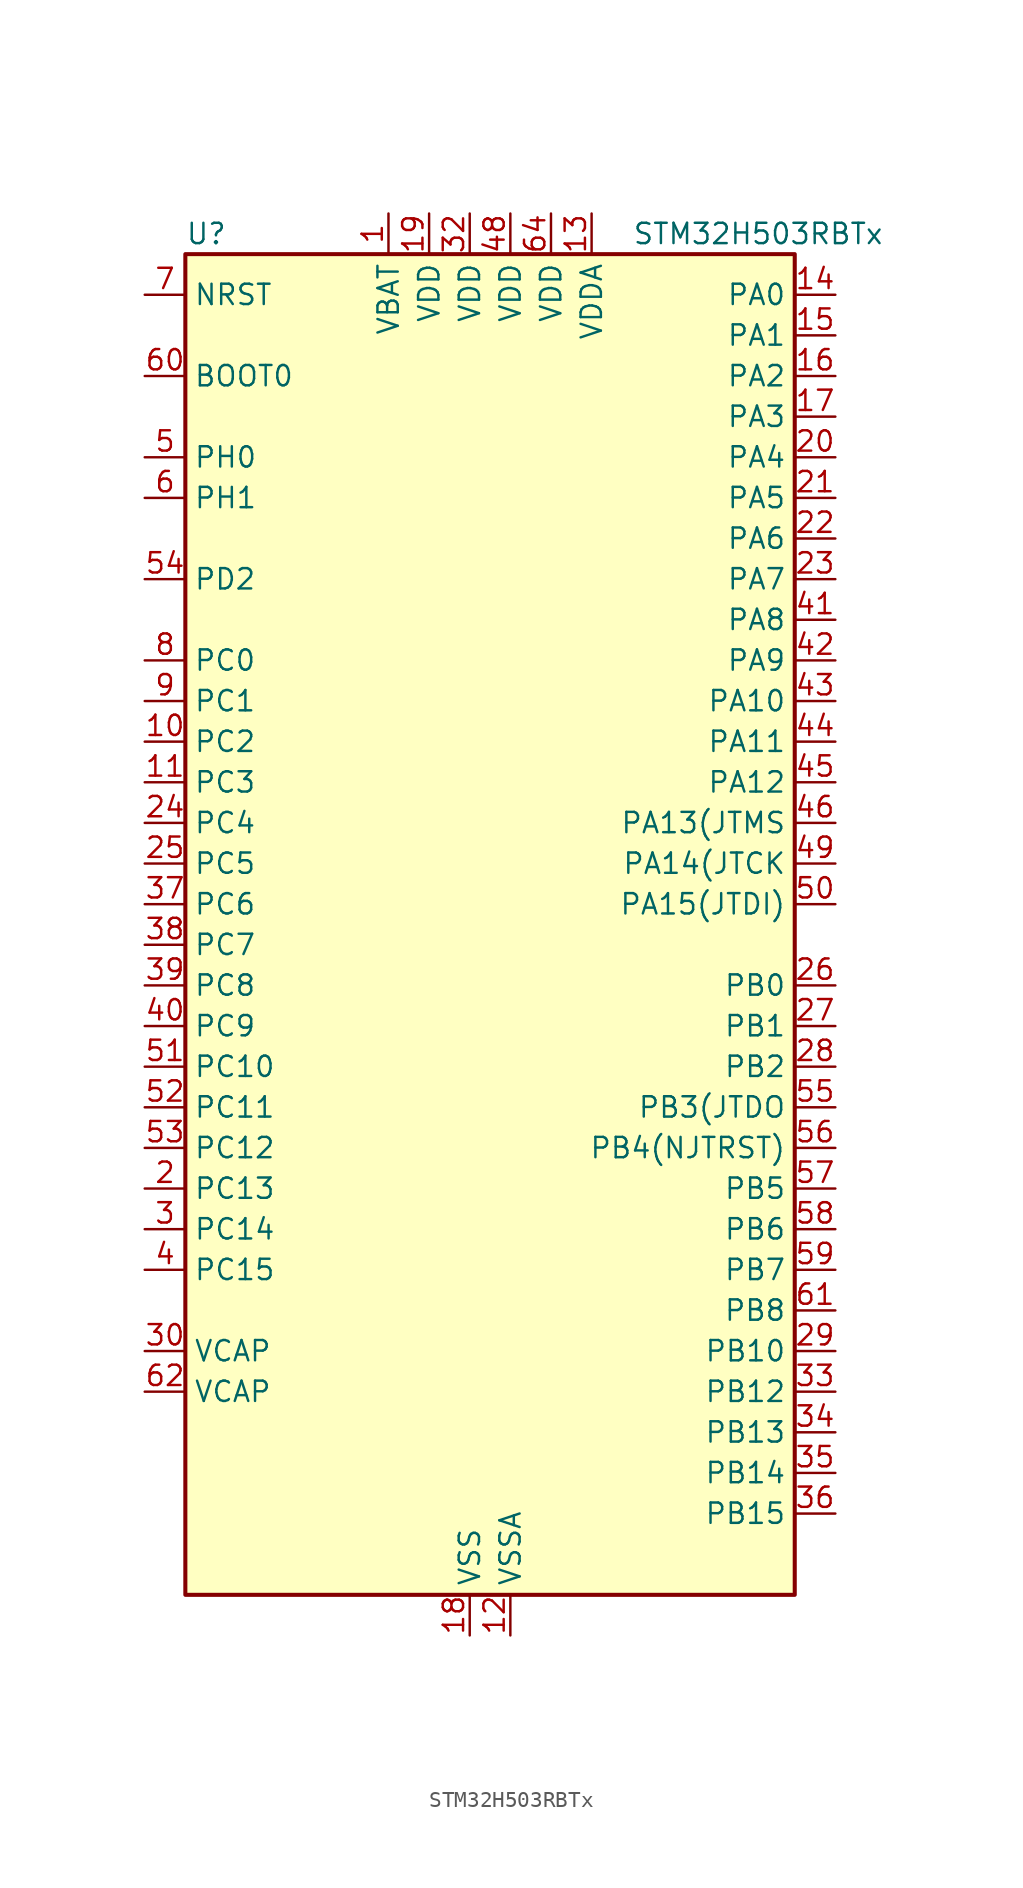
<source format=kicad_sym>
(kicad_symbol_lib
  (version 20231120)
  (generator "kicad_symbol_editor")
  (generator_version "8.0")
  (symbol "STM32H503RBTx"
    (property "Reference" "U"
      (at -17.78 44.45 0)
      (effects (font (size 1.27 1.27)) (justify left)))
    (property "Value" "STM32H503RBTx"
      (at 10.16 44.45 0)
      (effects (font (size 1.27 1.27)) (justify left)))
    (property "ki_locked" ""
      (at 0 0 0)
      (effects (font (size 1.27 1.27))))
    (symbol "STM32H503RBTx_0_1"
      (rectangle (start -17.78 -40.64) (end 20.32 43.18) (stroke (width 0.254) (type default)) (fill (type background))))
    (symbol "STM32H503RBTx_1_1"
      (pin power_in line (at -5.08 45.72 270) (length 2.54) (name "VBAT" (effects (font (size 1.27 1.27)))) (number "1" (effects (font (size 1.27 1.27)))))
      (pin bidirectional line (at -20.32 12.7 0) (length 2.54) (name "PC2" (effects (font (size 1.27 1.27)))) (number "10" (effects (font (size 1.27 1.27)))) (alternate "ADC1_INN11" bidirectional line) (alternate "ADC1_INP12" bidirectional line) (alternate "I2S1_SDI" bidirectional line) (alternate "I2S2_SDI" bidirectional line) (alternate "LPUART1_RTS" bidirectional line) (alternate "PWR_CSTOP" bidirectional line) (alternate "SPI1_MISO" bidirectional line) (alternate "SPI2_MISO" bidirectional line) (alternate "USART1_RTS" bidirectional line))
      (pin bidirectional line (at -20.32 10.16 0) (length 2.54) (name "PC3" (effects (font (size 1.27 1.27)))) (number "11" (effects (font (size 1.27 1.27)))) (alternate "ADC1_INN12" bidirectional line) (alternate "ADC1_INP13" bidirectional line) (alternate "I2S1_SDO" bidirectional line) (alternate "I2S2_SDO" bidirectional line) (alternate "LPTIM2_IN2" bidirectional line) (alternate "LPUART1_TX" bidirectional line) (alternate "PWR_CSLEEP" bidirectional line) (alternate "SPI1_MOSI" bidirectional line) (alternate "SPI2_MOSI" bidirectional line) (alternate "USART2_CTS" bidirectional line) (alternate "USART2_NSS" bidirectional line))
      (pin power_in line (at 2.54 -43.18 90) (length 2.54) (name "VSSA" (effects (font (size 1.27 1.27)))) (number "12" (effects (font (size 1.27 1.27)))))
      (pin power_in line (at 7.62 45.72 270) (length 2.54) (name "VDDA" (effects (font (size 1.27 1.27)))) (number "13" (effects (font (size 1.27 1.27)))))
      (pin bidirectional line (at 22.86 40.64 180) (length 2.54) (name "PA0" (effects (font (size 1.27 1.27)))) (number "14" (effects (font (size 1.27 1.27)))) (alternate "ADC1_INN1" bidirectional line) (alternate "ADC1_INP0" bidirectional line) (alternate "COMP1_INP" bidirectional line) (alternate "I2S1_SDI" bidirectional line) (alternate "I2S2_MCK" bidirectional line) (alternate "I2S3_WS" bidirectional line) (alternate "LPTIM1_ETR" bidirectional line) (alternate "LPTIM1_IN2" bidirectional line) (alternate "LPTIM2_ETR" bidirectional line) (alternate "OPAMP1_VINP" bidirectional line) (alternate "PWR_WKUP1" bidirectional line) (alternate "RTC_OUT2" bidirectional line) (alternate "SPI1_MISO" bidirectional line) (alternate "SPI3_NSS" bidirectional line) (alternate "SPI3_RDY" bidirectional line) (alternate "TAMP_IN2" bidirectional line) (alternate "TAMP_OUT1" bidirectional line) (alternate "TIM2_CH1" bidirectional line) (alternate "TIM2_ETR" bidirectional line) (alternate "TIM3_CH1" bidirectional line) (alternate "USART1_CTS" bidirectional line) (alternate "USART1_NSS" bidirectional line) (alternate "USART2_CTS" bidirectional line) (alternate "USART2_NSS" bidirectional line) (alternate "USART3_CK" bidirectional line) (alternate "USART3_CTS" bidirectional line) (alternate "USART3_NSS" bidirectional line))
      (pin bidirectional line (at 22.86 38.1 180) (length 2.54) (name "PA1" (effects (font (size 1.27 1.27)))) (number "15" (effects (font (size 1.27 1.27)))) (alternate "ADC1_INP1" bidirectional line) (alternate "I2S1_WS" bidirectional line) (alternate "I2S3_CK" bidirectional line) (alternate "LPTIM1_IN1" bidirectional line) (alternate "SPI1_NSS" bidirectional line) (alternate "SPI2_RDY" bidirectional line) (alternate "SPI3_SCK" bidirectional line) (alternate "TIM1_CH3" bidirectional line) (alternate "TIM2_CH2" bidirectional line) (alternate "USART1_RX" bidirectional line) (alternate "USART2_CK" bidirectional line) (alternate "USART2_RTS" bidirectional line))
      (pin bidirectional line (at 22.86 35.56 180) (length 2.54) (name "PA2" (effects (font (size 1.27 1.27)))) (number "16" (effects (font (size 1.27 1.27)))) (alternate "ADC1_INP14" bidirectional line) (alternate "I2S1_CK" bidirectional line) (alternate "I2S3_SDI" bidirectional line) (alternate "LPTIM1_IN2" bidirectional line) (alternate "LPUART1_RX" bidirectional line) (alternate "PWR_WKUP2" bidirectional line) (alternate "SPI1_SCK" bidirectional line) (alternate "SPI3_MISO" bidirectional line) (alternate "TIM1_CH4" bidirectional line) (alternate "TIM2_CH3" bidirectional line) (alternate "TIM3_ETR" bidirectional line) (alternate "USART1_TX" bidirectional line) (alternate "USART2_TX" bidirectional line))
      (pin bidirectional line (at 22.86 33.02 180) (length 2.54) (name "PA3" (effects (font (size 1.27 1.27)))) (number "17" (effects (font (size 1.27 1.27)))) (alternate "ADC1_INP15" bidirectional line) (alternate "I2S1_SDI" bidirectional line) (alternate "I2S2_WS" bidirectional line) (alternate "I2S3_SDO" bidirectional line) (alternate "LPUART1_TX" bidirectional line) (alternate "SPI1_MISO" bidirectional line) (alternate "SPI2_NSS" bidirectional line) (alternate "SPI3_MOSI" bidirectional line) (alternate "TIM1_CH1N" bidirectional line) (alternate "TIM2_CH4" bidirectional line) (alternate "USART1_CK" bidirectional line) (alternate "USART2_RX" bidirectional line) (alternate "USART3_RX" bidirectional line))
      (pin power_in line (at 0 -43.18 90) (length 2.54) (name "VSS" (effects (font (size 1.27 1.27)))) (number "18" (effects (font (size 1.27 1.27)))))
      (pin power_in line (at -2.54 45.72 270) (length 2.54) (name "VDD" (effects (font (size 1.27 1.27)))) (number "19" (effects (font (size 1.27 1.27)))))
      (pin bidirectional line (at -20.32 -15.24 0) (length 2.54) (name "PC13" (effects (font (size 1.27 1.27)))) (number "2" (effects (font (size 1.27 1.27)))) (alternate "PWR_WKUP4" bidirectional line) (alternate "RTC_OUT1" bidirectional line) (alternate "RTC_TS" bidirectional line) (alternate "TAMP_IN1" bidirectional line) (alternate "TAMP_OUT2" bidirectional line))
      (pin bidirectional line (at 22.86 30.48 180) (length 2.54) (name "PA4" (effects (font (size 1.27 1.27)))) (number "20" (effects (font (size 1.27 1.27)))) (alternate "ADC1_INP18" bidirectional line) (alternate "DAC1_OUT1" bidirectional line) (alternate "I2S1_SDO" bidirectional line) (alternate "I2S1_WS" bidirectional line) (alternate "I2S3_SDI" bidirectional line) (alternate "I2S3_WS" bidirectional line) (alternate "LPTIM2_CH1" bidirectional line) (alternate "SPI1_MOSI" bidirectional line) (alternate "SPI1_NSS" bidirectional line) (alternate "SPI3_MISO" bidirectional line) (alternate "SPI3_NSS" bidirectional line) (alternate "TIM1_BKIN" bidirectional line) (alternate "TIM1_CH2N" bidirectional line) (alternate "USART1_RTS" bidirectional line) (alternate "USART2_CK" bidirectional line) (alternate "USART3_TX" bidirectional line))
      (pin bidirectional line (at 22.86 27.94 180) (length 2.54) (name "PA5" (effects (font (size 1.27 1.27)))) (number "21" (effects (font (size 1.27 1.27)))) (alternate "ADC1_INN18" bidirectional line) (alternate "ADC1_INP19" bidirectional line) (alternate "COMP1_INM" bidirectional line) (alternate "DAC1_OUT2" bidirectional line) (alternate "I2S1_CK" bidirectional line) (alternate "I2S1_MCK" bidirectional line) (alternate "I2S2_CK" bidirectional line) (alternate "I2S3_SDO" bidirectional line) (alternate "LPTIM1_CH1" bidirectional line) (alternate "LPTIM1_ETR" bidirectional line) (alternate "LPTIM2_CH2" bidirectional line) (alternate "LPUART1_RTS" bidirectional line) (alternate "PWR_CSTOP" bidirectional line) (alternate "SPI1_SCK" bidirectional line) (alternate "SPI2_SCK" bidirectional line) (alternate "SPI3_MOSI" bidirectional line) (alternate "TIM2_CH1" bidirectional line) (alternate "TIM2_ETR" bidirectional line) (alternate "USART2_CTS" bidirectional line) (alternate "USART2_NSS" bidirectional line) (alternate "USART2_TX" bidirectional line) (alternate "USART3_RX" bidirectional line))
      (pin bidirectional line (at 22.86 25.4 180) (length 2.54) (name "PA6" (effects (font (size 1.27 1.27)))) (number "22" (effects (font (size 1.27 1.27)))) (alternate "ADC1_INP3" bidirectional line) (alternate "I2S1_SDI" bidirectional line) (alternate "SPI1_MISO" bidirectional line) (alternate "TIM1_BKIN" bidirectional line) (alternate "TIM3_CH1" bidirectional line))
      (pin bidirectional line (at 22.86 22.86 180) (length 2.54) (name "PA7" (effects (font (size 1.27 1.27)))) (number "23" (effects (font (size 1.27 1.27)))) (alternate "ADC1_INN3" bidirectional line) (alternate "ADC1_INP7" bidirectional line) (alternate "AUDIOCLK" bidirectional line) (alternate "I2S1_MCK" bidirectional line) (alternate "I2S1_SDO" bidirectional line) (alternate "I2S2_MCK" bidirectional line) (alternate "I2S2_SDI" bidirectional line) (alternate "I2S3_MCK" bidirectional line) (alternate "LPTIM2_ETR" bidirectional line) (alternate "OPAMP1_VOUT" bidirectional line) (alternate "PWR_CSLEEP" bidirectional line) (alternate "SPI1_MOSI" bidirectional line) (alternate "SPI2_MISO" bidirectional line) (alternate "TIM1_CH1N" bidirectional line) (alternate "TIM2_CH3" bidirectional line) (alternate "TIM3_CH2" bidirectional line) (alternate "USART1_RTS" bidirectional line) (alternate "USART3_CK" bidirectional line) (alternate "USART3_RTS" bidirectional line))
      (pin bidirectional line (at -20.32 7.62 0) (length 2.54) (name "PC4" (effects (font (size 1.27 1.27)))) (number "24" (effects (font (size 1.27 1.27)))) (alternate "ADC1_INP4" bidirectional line) (alternate "COMP1_INM" bidirectional line) (alternate "I2S1_MCK" bidirectional line) (alternate "LPTIM2_ETR" bidirectional line) (alternate "SPI1_RDY" bidirectional line) (alternate "TIM2_CH4" bidirectional line) (alternate "USART3_RX" bidirectional line))
      (pin bidirectional line (at -20.32 5.08 0) (length 2.54) (name "PC5" (effects (font (size 1.27 1.27)))) (number "25" (effects (font (size 1.27 1.27)))) (alternate "ADC1_INN4" bidirectional line) (alternate "ADC1_INP8" bidirectional line) (alternate "COMP1_OUT" bidirectional line) (alternate "I2S1_CK" bidirectional line) (alternate "LPTIM2_CH1" bidirectional line) (alternate "OPAMP1_VINM" bidirectional line) (alternate "OPAMP1_VINM0" bidirectional line) (alternate "SPI1_SCK" bidirectional line) (alternate "TIM1_CH4N" bidirectional line))
      (pin bidirectional line (at 22.86 -2.54 180) (length 2.54) (name "PB0" (effects (font (size 1.27 1.27)))) (number "26" (effects (font (size 1.27 1.27)))) (alternate "ADC1_INN5" bidirectional line) (alternate "ADC1_INP9" bidirectional line) (alternate "COMP1_INP" bidirectional line) (alternate "LPTIM1_IN1" bidirectional line) (alternate "OPAMP1_VINP" bidirectional line) (alternate "TIM1_CH2N" bidirectional line) (alternate "TIM1_ETR" bidirectional line) (alternate "TIM3_CH3" bidirectional line) (alternate "USART2_TX" bidirectional line))
      (pin bidirectional line (at 22.86 -5.08 180) (length 2.54) (name "PB1" (effects (font (size 1.27 1.27)))) (number "27" (effects (font (size 1.27 1.27)))) (alternate "ADC1_INP5" bidirectional line) (alternate "COMP1_INM" bidirectional line) (alternate "COMP1_OUT" bidirectional line) (alternate "I2S2_SDO" bidirectional line) (alternate "LPTIM1_IN2" bidirectional line) (alternate "LPTIM2_ETR" bidirectional line) (alternate "OPAMP1_VINM" bidirectional line) (alternate "OPAMP1_VINM1" bidirectional line) (alternate "SPI2_MOSI" bidirectional line) (alternate "TIM1_CH1" bidirectional line) (alternate "TIM1_CH3N" bidirectional line) (alternate "TIM3_CH4" bidirectional line) (alternate "USART2_RX" bidirectional line))
      (pin bidirectional line (at 22.86 -7.62 180) (length 2.54) (name "PB2" (effects (font (size 1.27 1.27)))) (number "28" (effects (font (size 1.27 1.27)))) (alternate "COMP1_INP" bidirectional line) (alternate "I2S2_CK" bidirectional line) (alternate "I2S3_SDO" bidirectional line) (alternate "LPTIM1_CH1" bidirectional line) (alternate "LPTIM1_CH2" bidirectional line) (alternate "RCC_LSCO" bidirectional line) (alternate "RTC_OUT2" bidirectional line) (alternate "SPI1_RDY" bidirectional line) (alternate "SPI2_SCK" bidirectional line) (alternate "SPI3_MOSI" bidirectional line) (alternate "TIM1_CH2N" bidirectional line) (alternate "TIM2_CH1" bidirectional line) (alternate "USART2_CK" bidirectional line))
      (pin bidirectional line (at 22.86 -25.4 180) (length 2.54) (name "PB10" (effects (font (size 1.27 1.27)))) (number "29" (effects (font (size 1.27 1.27)))) (alternate "FDCAN1_TX" bidirectional line) (alternate "I2C1_SDA" bidirectional line) (alternate "I2C2_SCL" bidirectional line) (alternate "I2S2_CK" bidirectional line) (alternate "I2S3_WS" bidirectional line) (alternate "I3C1_SDA" bidirectional line) (alternate "I3C2_SCL" bidirectional line) (alternate "LPTIM2_CH2" bidirectional line) (alternate "LPTIM2_IN1" bidirectional line) (alternate "SPI2_SCK" bidirectional line) (alternate "SPI3_NSS" bidirectional line) (alternate "TIM2_CH3" bidirectional line) (alternate "USART3_CK" bidirectional line) (alternate "USART3_TX" bidirectional line))
      (pin bidirectional line (at -20.32 -17.78 0) (length 2.54) (name "PC14" (effects (font (size 1.27 1.27)))) (number "3" (effects (font (size 1.27 1.27)))) (alternate "RCC_OSC32_IN" bidirectional line))
      (pin power_out line (at -20.32 -25.4 0) (length 2.54) (name "VCAP" (effects (font (size 1.27 1.27)))) (number "30" (effects (font (size 1.27 1.27)))))
      (pin passive line (at 0 -43.18 90) (length 2.54) hide (name "VSS" (effects (font (size 1.27 1.27)))) (number "31" (effects (font (size 1.27 1.27)))))
      (pin power_in line (at 0 45.72 270) (length 2.54) (name "VDD" (effects (font (size 1.27 1.27)))) (number "32" (effects (font (size 1.27 1.27)))))
      (pin bidirectional line (at 22.86 -27.94 180) (length 2.54) (name "PB12" (effects (font (size 1.27 1.27)))) (number "33" (effects (font (size 1.27 1.27)))) (alternate "FDCAN1_RX" bidirectional line) (alternate "I2C2_SMBA" bidirectional line) (alternate "I2S2_WS" bidirectional line) (alternate "SPI2_NSS" bidirectional line) (alternate "TIM1_BKIN" bidirectional line) (alternate "USART1_CK" bidirectional line) (alternate "USART3_CK" bidirectional line))
      (pin bidirectional line (at 22.86 -30.48 180) (length 2.54) (name "PB13" (effects (font (size 1.27 1.27)))) (number "34" (effects (font (size 1.27 1.27)))) (alternate "FDCAN1_TX" bidirectional line) (alternate "I2C1_SMBA" bidirectional line) (alternate "I2C2_SDA" bidirectional line) (alternate "I2S2_CK" bidirectional line) (alternate "I3C2_SDA" bidirectional line) (alternate "LPTIM2_CH1" bidirectional line) (alternate "LPUART1_CTS" bidirectional line) (alternate "SPI2_SCK" bidirectional line) (alternate "TIM1_CH1N" bidirectional line) (alternate "USART3_CTS" bidirectional line) (alternate "USART3_NSS" bidirectional line))
      (pin bidirectional line (at 22.86 -33.02 180) (length 2.54) (name "PB14" (effects (font (size 1.27 1.27)))) (number "35" (effects (font (size 1.27 1.27)))) (alternate "I2S2_SDI" bidirectional line) (alternate "LPTIM1_ETR" bidirectional line) (alternate "LPUART1_RTS" bidirectional line) (alternate "SPI2_MISO" bidirectional line) (alternate "TIM1_CH2N" bidirectional line) (alternate "USART1_TX" bidirectional line) (alternate "USART3_RTS" bidirectional line))
      (pin bidirectional line (at 22.86 -35.56 180) (length 2.54) (name "PB15" (effects (font (size 1.27 1.27)))) (number "36" (effects (font (size 1.27 1.27)))) (alternate "ADC1_EXTI15" bidirectional line) (alternate "COMP1_OUT" bidirectional line) (alternate "FDCAN1_TX" bidirectional line) (alternate "I2S2_SDO" bidirectional line) (alternate "I2S3_MCK" bidirectional line) (alternate "I2S3_SDI" bidirectional line) (alternate "LPTIM1_CH1" bidirectional line) (alternate "LPTIM2_IN2" bidirectional line) (alternate "LPUART1_RX" bidirectional line) (alternate "PWR_PVD_IN" bidirectional line) (alternate "RTC_REFIN" bidirectional line) (alternate "SPI2_MOSI" bidirectional line) (alternate "SPI3_MISO" bidirectional line) (alternate "TIM1_CH3N" bidirectional line) (alternate "TIM3_CH4" bidirectional line) (alternate "USART1_RX" bidirectional line) (alternate "USART2_RTS" bidirectional line) (alternate "USART2_RX" bidirectional line) (alternate "USART3_CTS" bidirectional line) (alternate "USART3_NSS" bidirectional line))
      (pin bidirectional line (at -20.32 2.54 0) (length 2.54) (name "PC6" (effects (font (size 1.27 1.27)))) (number "37" (effects (font (size 1.27 1.27)))) (alternate "FDCAN1_RX" bidirectional line) (alternate "I2C1_SMBA" bidirectional line) (alternate "I2C2_SCL" bidirectional line) (alternate "I2S2_MCK" bidirectional line) (alternate "I3C2_SCL" bidirectional line) (alternate "TIM1_CH1" bidirectional line) (alternate "TIM3_CH1" bidirectional line) (alternate "USART2_TX" bidirectional line))
      (pin bidirectional line (at -20.32 0 0) (length 2.54) (name "PC7" (effects (font (size 1.27 1.27)))) (number "38" (effects (font (size 1.27 1.27)))) (alternate "DEBUG_TRGIO" bidirectional line) (alternate "FDCAN1_TX" bidirectional line) (alternate "I2C2_SDA" bidirectional line) (alternate "I2S1_SDO" bidirectional line) (alternate "I2S3_MCK" bidirectional line) (alternate "I3C2_SDA" bidirectional line) (alternate "SPI1_MOSI" bidirectional line) (alternate "TIM1_CH2" bidirectional line) (alternate "TIM3_CH2" bidirectional line) (alternate "USART2_RX" bidirectional line))
      (pin bidirectional line (at -20.32 -2.54 0) (length 2.54) (name "PC8" (effects (font (size 1.27 1.27)))) (number "39" (effects (font (size 1.27 1.27)))) (alternate "DEBUG_TRACED1" bidirectional line) (alternate "FDCAN1_RX" bidirectional line) (alternate "I2C1_SCL" bidirectional line) (alternate "I2C2_SMBA" bidirectional line) (alternate "I2S1_WS" bidirectional line) (alternate "I3C1_SCL" bidirectional line) (alternate "SPI1_NSS" bidirectional line) (alternate "TIM1_CH3" bidirectional line) (alternate "TIM3_CH3" bidirectional line) (alternate "USART2_CK" bidirectional line))
      (pin bidirectional line (at -20.32 -20.32 0) (length 2.54) (name "PC15" (effects (font (size 1.27 1.27)))) (number "4" (effects (font (size 1.27 1.27)))) (alternate "ADC1_EXTI15" bidirectional line) (alternate "RCC_OSC32_OUT" bidirectional line))
      (pin bidirectional line (at -20.32 -5.08 0) (length 2.54) (name "PC9" (effects (font (size 1.27 1.27)))) (number "40" (effects (font (size 1.27 1.27)))) (alternate "AUDIOCLK" bidirectional line) (alternate "DAC1_EXTI9" bidirectional line) (alternate "FDCAN1_TX" bidirectional line) (alternate "I2C1_SDA" bidirectional line) (alternate "I3C1_SDA" bidirectional line) (alternate "RCC_MCO_2" bidirectional line) (alternate "SPI3_RDY" bidirectional line) (alternate "TIM1_CH4" bidirectional line) (alternate "TIM3_CH4" bidirectional line) (alternate "USART2_CTS" bidirectional line) (alternate "USART2_NSS" bidirectional line) (alternate "USART3_RTS" bidirectional line))
      (pin bidirectional line (at 22.86 20.32 180) (length 2.54) (name "PA8" (effects (font (size 1.27 1.27)))) (number "41" (effects (font (size 1.27 1.27)))) (alternate "FDCAN1_RX" bidirectional line) (alternate "I2S1_CK" bidirectional line) (alternate "I2S2_SDO" bidirectional line) (alternate "I2S2_WS" bidirectional line) (alternate "LPTIM2_IN1" bidirectional line) (alternate "LPUART1_CTS" bidirectional line) (alternate "RCC_MCO_1" bidirectional line) (alternate "SPI1_RDY" bidirectional line) (alternate "SPI1_SCK" bidirectional line) (alternate "SPI2_MOSI" bidirectional line) (alternate "SPI2_NSS" bidirectional line) (alternate "TIM1_CH1" bidirectional line) (alternate "TIM1_CH4N" bidirectional line) (alternate "TIM3_CH3" bidirectional line) (alternate "USART1_CK" bidirectional line) (alternate "USART2_TX" bidirectional line) (alternate "USART3_TX" bidirectional line) (alternate "USB_SOF" bidirectional line))
      (pin bidirectional line (at 22.86 17.78 180) (length 2.54) (name "PA9" (effects (font (size 1.27 1.27)))) (number "42" (effects (font (size 1.27 1.27)))) (alternate "DAC1_EXTI9" bidirectional line) (alternate "DEBUG_TRACED2" bidirectional line) (alternate "I2S1_SDI" bidirectional line) (alternate "I2S2_CK" bidirectional line) (alternate "I2S3_SDO" bidirectional line) (alternate "LPUART1_TX" bidirectional line) (alternate "SPI1_MISO" bidirectional line) (alternate "SPI2_SCK" bidirectional line) (alternate "SPI3_MOSI" bidirectional line) (alternate "TIM1_CH2" bidirectional line) (alternate "USART1_TX" bidirectional line) (alternate "USART3_CK" bidirectional line))
      (pin bidirectional line (at 22.86 15.24 180) (length 2.54) (name "PA10" (effects (font (size 1.27 1.27)))) (number "43" (effects (font (size 1.27 1.27)))) (alternate "LPTIM2_IN2" bidirectional line) (alternate "LPUART1_RX" bidirectional line) (alternate "TIM1_CH3" bidirectional line) (alternate "USART1_RX" bidirectional line))
      (pin bidirectional line (at 22.86 12.7 180) (length 2.54) (name "PA11" (effects (font (size 1.27 1.27)))) (number "44" (effects (font (size 1.27 1.27)))) (alternate "ADC1_EXTI11" bidirectional line) (alternate "DEBUG_TRGIO" bidirectional line) (alternate "FDCAN1_RX" bidirectional line) (alternate "I2S2_WS" bidirectional line) (alternate "LPTIM2_CH2" bidirectional line) (alternate "LPUART1_CTS" bidirectional line) (alternate "SPI2_NSS" bidirectional line) (alternate "SPI3_RDY" bidirectional line) (alternate "TIM1_CH4" bidirectional line) (alternate "TIM3_CH2" bidirectional line) (alternate "USART1_CTS" bidirectional line) (alternate "USART1_NSS" bidirectional line) (alternate "USART1_RX" bidirectional line) (alternate "USART2_RX" bidirectional line) (alternate "USART3_RTS" bidirectional line) (alternate "USB_DM" bidirectional line))
      (pin bidirectional line (at 22.86 10.16 180) (length 2.54) (name "PA12" (effects (font (size 1.27 1.27)))) (number "45" (effects (font (size 1.27 1.27)))) (alternate "DEBUG_TRACED3" bidirectional line) (alternate "FDCAN1_TX" bidirectional line) (alternate "I2S2_CK" bidirectional line) (alternate "LPUART1_RTS" bidirectional line) (alternate "SPI2_RDY" bidirectional line) (alternate "SPI2_SCK" bidirectional line) (alternate "TIM1_ETR" bidirectional line) (alternate "TIM2_CH4" bidirectional line) (alternate "TIM3_CH4" bidirectional line) (alternate "USART1_RTS" bidirectional line) (alternate "USART1_TX" bidirectional line) (alternate "USART2_TX" bidirectional line) (alternate "USART3_RX" bidirectional line) (alternate "USB_DP" bidirectional line))
      (pin bidirectional line (at 22.86 7.62 180) (length 2.54) (name "PA13(JTMS" (effects (font (size 1.27 1.27)))) (number "46" (effects (font (size 1.27 1.27)))) (alternate "COMP1_OUT" bidirectional line) (alternate "DEBUG_JTMS-SWDIO" bidirectional line) (alternate "LPTIM1_CH1" bidirectional line) (alternate "LPUART1_CTS" bidirectional line) (alternate "TIM1_CH1" bidirectional line) (alternate "TIM1_ETR" bidirectional line) (alternate "USART1_RX" bidirectional line) (alternate "USART2_RX" bidirectional line))
      (pin passive line (at 0 -43.18 90) (length 2.54) hide (name "VSS" (effects (font (size 1.27 1.27)))) (number "47" (effects (font (size 1.27 1.27)))))
      (pin power_in line (at 2.54 45.72 270) (length 2.54) (name "VDD" (effects (font (size 1.27 1.27)))) (number "48" (effects (font (size 1.27 1.27)))))
      (pin bidirectional line (at 22.86 5.08 180) (length 2.54) (name "PA14(JTCK" (effects (font (size 1.27 1.27)))) (number "49" (effects (font (size 1.27 1.27)))) (alternate "DEBUG_JTCK-SWCLK" bidirectional line) (alternate "LPTIM1_ETR" bidirectional line) (alternate "LPTIM2_CH1" bidirectional line) (alternate "LPUART1_RTS" bidirectional line) (alternate "TIM1_CH2" bidirectional line) (alternate "TIM1_CH4N" bidirectional line) (alternate "TIM3_CH1" bidirectional line) (alternate "USART1_TX" bidirectional line) (alternate "USART2_TX" bidirectional line))
      (pin bidirectional line (at -20.32 30.48 0) (length 2.54) (name "PH0" (effects (font (size 1.27 1.27)))) (number "5" (effects (font (size 1.27 1.27)))) (alternate "RCC_OSC_IN" bidirectional line))
      (pin bidirectional line (at 22.86 2.54 180) (length 2.54) (name "PA15(JTDI)" (effects (font (size 1.27 1.27)))) (number "50" (effects (font (size 1.27 1.27)))) (alternate "ADC1_EXTI15" bidirectional line) (alternate "DEBUG_JTDI" bidirectional line) (alternate "I2S1_WS" bidirectional line) (alternate "I2S2_SDI" bidirectional line) (alternate "I2S3_CK" bidirectional line) (alternate "I2S3_WS" bidirectional line) (alternate "LPTIM1_IN2" bidirectional line) (alternate "LPTIM2_CH1" bidirectional line) (alternate "SPI1_NSS" bidirectional line) (alternate "SPI2_MISO" bidirectional line) (alternate "SPI3_NSS" bidirectional line) (alternate "SPI3_SCK" bidirectional line) (alternate "TIM2_CH1" bidirectional line) (alternate "TIM2_ETR" bidirectional line) (alternate "USART1_CTS" bidirectional line) (alternate "USART1_NSS" bidirectional line) (alternate "USART2_CK" bidirectional line) (alternate "USART2_RTS" bidirectional line) (alternate "USART2_RX" bidirectional line) (alternate "USART3_RX" bidirectional line))
      (pin bidirectional line (at -20.32 -7.62 0) (length 2.54) (name "PC10" (effects (font (size 1.27 1.27)))) (number "51" (effects (font (size 1.27 1.27)))) (alternate "FDCAN1_RX" bidirectional line) (alternate "I2C2_SCL" bidirectional line) (alternate "I2S1_SDI" bidirectional line) (alternate "I2S3_CK" bidirectional line) (alternate "I3C2_SCL" bidirectional line) (alternate "SPI1_MISO" bidirectional line) (alternate "SPI3_SCK" bidirectional line) (alternate "TIM1_BKIN2" bidirectional line) (alternate "USART2_RTS" bidirectional line) (alternate "USART3_TX" bidirectional line))
      (pin bidirectional line (at -20.32 -10.16 0) (length 2.54) (name "PC11" (effects (font (size 1.27 1.27)))) (number "52" (effects (font (size 1.27 1.27)))) (alternate "ADC1_EXTI11" bidirectional line) (alternate "I2C1_SMBA" bidirectional line) (alternate "I2C2_SDA" bidirectional line) (alternate "I2S3_SDI" bidirectional line) (alternate "I3C2_SDA" bidirectional line) (alternate "SPI1_RDY" bidirectional line) (alternate "SPI3_MISO" bidirectional line) (alternate "TIM1_BKIN2" bidirectional line) (alternate "TIM2_CH2" bidirectional line) (alternate "USART3_RX" bidirectional line))
      (pin bidirectional line (at -20.32 -12.7 0) (length 2.54) (name "PC12" (effects (font (size 1.27 1.27)))) (number "53" (effects (font (size 1.27 1.27)))) (alternate "DEBUG_TRACED3" bidirectional line) (alternate "I2C2_SMBA" bidirectional line) (alternate "I2S3_SDO" bidirectional line) (alternate "LPTIM1_CH1" bidirectional line) (alternate "LPTIM2_CH2" bidirectional line) (alternate "SPI3_MOSI" bidirectional line) (alternate "TIM1_CH4" bidirectional line) (alternate "TIM2_CH4" bidirectional line) (alternate "USART3_CK" bidirectional line))
      (pin bidirectional line (at -20.32 22.86 0) (length 2.54) (name "PD2" (effects (font (size 1.27 1.27)))) (number "54" (effects (font (size 1.27 1.27)))) (alternate "DEBUG_TRACED2" bidirectional line) (alternate "I2S3_WS" bidirectional line) (alternate "SPI3_NSS" bidirectional line) (alternate "TIM2_CH3" bidirectional line) (alternate "TIM2_ETR" bidirectional line) (alternate "TIM3_ETR" bidirectional line) (alternate "USART2_RTS" bidirectional line) (alternate "USART3_CTS" bidirectional line) (alternate "USART3_NSS" bidirectional line))
      (pin bidirectional line (at 22.86 -10.16 180) (length 2.54) (name "PB3(JTDO" (effects (font (size 1.27 1.27)))) (number "55" (effects (font (size 1.27 1.27)))) (alternate "CRS_SYNC" bidirectional line) (alternate "DEBUG_JTDO-SWO" bidirectional line) (alternate "FDCAN1_RX" bidirectional line) (alternate "I2C1_SMBA" bidirectional line) (alternate "I2C2_SCL" bidirectional line) (alternate "I2C2_SDA" bidirectional line) (alternate "I2S1_CK" bidirectional line) (alternate "I2S2_MCK" bidirectional line) (alternate "I2S3_CK" bidirectional line) (alternate "I3C2_SCL" bidirectional line) (alternate "LPTIM1_CH1" bidirectional line) (alternate "SPI1_SCK" bidirectional line) (alternate "SPI3_SCK" bidirectional line) (alternate "TIM1_BKIN" bidirectional line) (alternate "TIM2_CH2" bidirectional line) (alternate "USART3_TX" bidirectional line))
      (pin bidirectional line (at 22.86 -12.7 180) (length 2.54) (name "PB4(NJTRST)" (effects (font (size 1.27 1.27)))) (number "56" (effects (font (size 1.27 1.27)))) (alternate "DEBUG_JTRST" bidirectional line) (alternate "FDCAN1_TX" bidirectional line) (alternate "I2C1_SMBA" bidirectional line) (alternate "I2C2_SDA" bidirectional line) (alternate "I2S1_SDI" bidirectional line) (alternate "I2S2_WS" bidirectional line) (alternate "I2S3_SDI" bidirectional line) (alternate "I3C2_SDA" bidirectional line) (alternate "LPTIM1_CH2" bidirectional line) (alternate "SPI1_MISO" bidirectional line) (alternate "SPI2_NSS" bidirectional line) (alternate "SPI3_MISO" bidirectional line) (alternate "TIM1_CH2" bidirectional line) (alternate "TIM1_CH4N" bidirectional line) (alternate "TIM3_CH1" bidirectional line) (alternate "USART2_TX" bidirectional line))
      (pin bidirectional line (at 22.86 -15.24 180) (length 2.54) (name "PB5" (effects (font (size 1.27 1.27)))) (number "57" (effects (font (size 1.27 1.27)))) (alternate "DEBUG_TRACECLK" bidirectional line) (alternate "FDCAN1_RX" bidirectional line) (alternate "I2C1_SDA" bidirectional line) (alternate "I2C1_SMBA" bidirectional line) (alternate "I2C2_SCL" bidirectional line) (alternate "I2S1_SDO" bidirectional line) (alternate "I2S2_SDI" bidirectional line) (alternate "I2S3_SDO" bidirectional line) (alternate "I3C1_SDA" bidirectional line) (alternate "I3C2_SCL" bidirectional line) (alternate "LPTIM1_IN1" bidirectional line) (alternate "SPI1_MOSI" bidirectional line) (alternate "SPI2_MISO" bidirectional line) (alternate "SPI3_MOSI" bidirectional line) (alternate "TIM1_CH3" bidirectional line) (alternate "TIM3_CH2" bidirectional line) (alternate "USART2_RX" bidirectional line))
      (pin bidirectional line (at 22.86 -17.78 180) (length 2.54) (name "PB6" (effects (font (size 1.27 1.27)))) (number "58" (effects (font (size 1.27 1.27)))) (alternate "DEBUG_TRACED0" bidirectional line) (alternate "FDCAN1_TX" bidirectional line) (alternate "I2C1_SCL" bidirectional line) (alternate "I2S1_MCK" bidirectional line) (alternate "I3C1_SCL" bidirectional line) (alternate "LPUART1_TX" bidirectional line) (alternate "SPI3_RDY" bidirectional line) (alternate "TIM1_CH2" bidirectional line) (alternate "TIM1_CH3N" bidirectional line) (alternate "TIM3_CH3" bidirectional line) (alternate "USART1_TX" bidirectional line) (alternate "USART2_CK" bidirectional line) (alternate "USART2_CTS" bidirectional line) (alternate "USART2_NSS" bidirectional line))
      (pin bidirectional line (at 22.86 -20.32 180) (length 2.54) (name "PB7" (effects (font (size 1.27 1.27)))) (number "59" (effects (font (size 1.27 1.27)))) (alternate "AUDIOCLK" bidirectional line) (alternate "DEBUG_TRACED1" bidirectional line) (alternate "FDCAN1_TX" bidirectional line) (alternate "I2C1_SDA" bidirectional line) (alternate "I2C2_SMBA" bidirectional line) (alternate "I2S3_CK" bidirectional line) (alternate "I2S3_MCK" bidirectional line) (alternate "I3C1_SDA" bidirectional line) (alternate "LPUART1_RX" bidirectional line) (alternate "PWR_WKUP5" bidirectional line) (alternate "SPI3_SCK" bidirectional line) (alternate "TIM1_CH1" bidirectional line) (alternate "TIM1_CH2N" bidirectional line) (alternate "TIM3_ETR" bidirectional line) (alternate "USART1_RX" bidirectional line) (alternate "USART3_TX" bidirectional line))
      (pin bidirectional line (at -20.32 27.94 0) (length 2.54) (name "PH1" (effects (font (size 1.27 1.27)))) (number "6" (effects (font (size 1.27 1.27)))) (alternate "RCC_OSC_OUT" bidirectional line))
      (pin input line (at -20.32 35.56 0) (length 2.54) (name "BOOT0" (effects (font (size 1.27 1.27)))) (number "60" (effects (font (size 1.27 1.27)))))
      (pin bidirectional line (at 22.86 -22.86 180) (length 2.54) (name "PB8" (effects (font (size 1.27 1.27)))) (number "61" (effects (font (size 1.27 1.27)))) (alternate "DEBUG_TRACED2" bidirectional line) (alternate "FDCAN1_RX" bidirectional line) (alternate "I2C1_SCL" bidirectional line) (alternate "I2C2_SDA" bidirectional line) (alternate "I2C2_SMBA" bidirectional line) (alternate "I2S1_WS" bidirectional line) (alternate "I2S2_MCK" bidirectional line) (alternate "I3C1_SCL" bidirectional line) (alternate "I3C2_SDA" bidirectional line) (alternate "LPTIM1_CH2" bidirectional line) (alternate "LPTIM2_CH1" bidirectional line) (alternate "SPI1_NSS" bidirectional line) (alternate "SPI2_RDY" bidirectional line) (alternate "TIM1_BKIN2" bidirectional line) (alternate "USART1_CK" bidirectional line) (alternate "USART3_RX" bidirectional line))
      (pin power_out line (at -20.32 -27.94 0) (length 2.54) (name "VCAP" (effects (font (size 1.27 1.27)))) (number "62" (effects (font (size 1.27 1.27)))))
      (pin passive line (at 0 -43.18 90) (length 2.54) hide (name "VSS" (effects (font (size 1.27 1.27)))) (number "63" (effects (font (size 1.27 1.27)))))
      (pin power_in line (at 5.08 45.72 270) (length 2.54) (name "VDD" (effects (font (size 1.27 1.27)))) (number "64" (effects (font (size 1.27 1.27)))))
      (pin input line (at -20.32 40.64 0) (length 2.54) (name "NRST" (effects (font (size 1.27 1.27)))) (number "7" (effects (font (size 1.27 1.27)))))
      (pin bidirectional line (at -20.32 17.78 0) (length 2.54) (name "PC0" (effects (font (size 1.27 1.27)))) (number "8" (effects (font (size 1.27 1.27)))) (alternate "ADC1_INP10" bidirectional line) (alternate "I2S1_CK" bidirectional line) (alternate "LPTIM1_CH2" bidirectional line) (alternate "SPI1_SCK" bidirectional line) (alternate "SPI2_RDY" bidirectional line) (alternate "TIM1_ETR" bidirectional line))
      (pin bidirectional line (at -20.32 15.24 0) (length 2.54) (name "PC1" (effects (font (size 1.27 1.27)))) (number "9" (effects (font (size 1.27 1.27)))) (alternate "ADC1_INN10" bidirectional line) (alternate "ADC1_INP11" bidirectional line) (alternate "DEBUG_TRACED0" bidirectional line) (alternate "I2S1_WS" bidirectional line) (alternate "I2S2_SDO" bidirectional line) (alternate "LPTIM2_IN1" bidirectional line) (alternate "LPUART1_CTS" bidirectional line) (alternate "PWR_WKUP3" bidirectional line) (alternate "SPI1_NSS" bidirectional line) (alternate "SPI2_MOSI" bidirectional line) (alternate "TIM3_ETR" bidirectional line) (alternate "USART1_CTS" bidirectional line) (alternate "USART1_NSS" bidirectional line)))))
</source>
